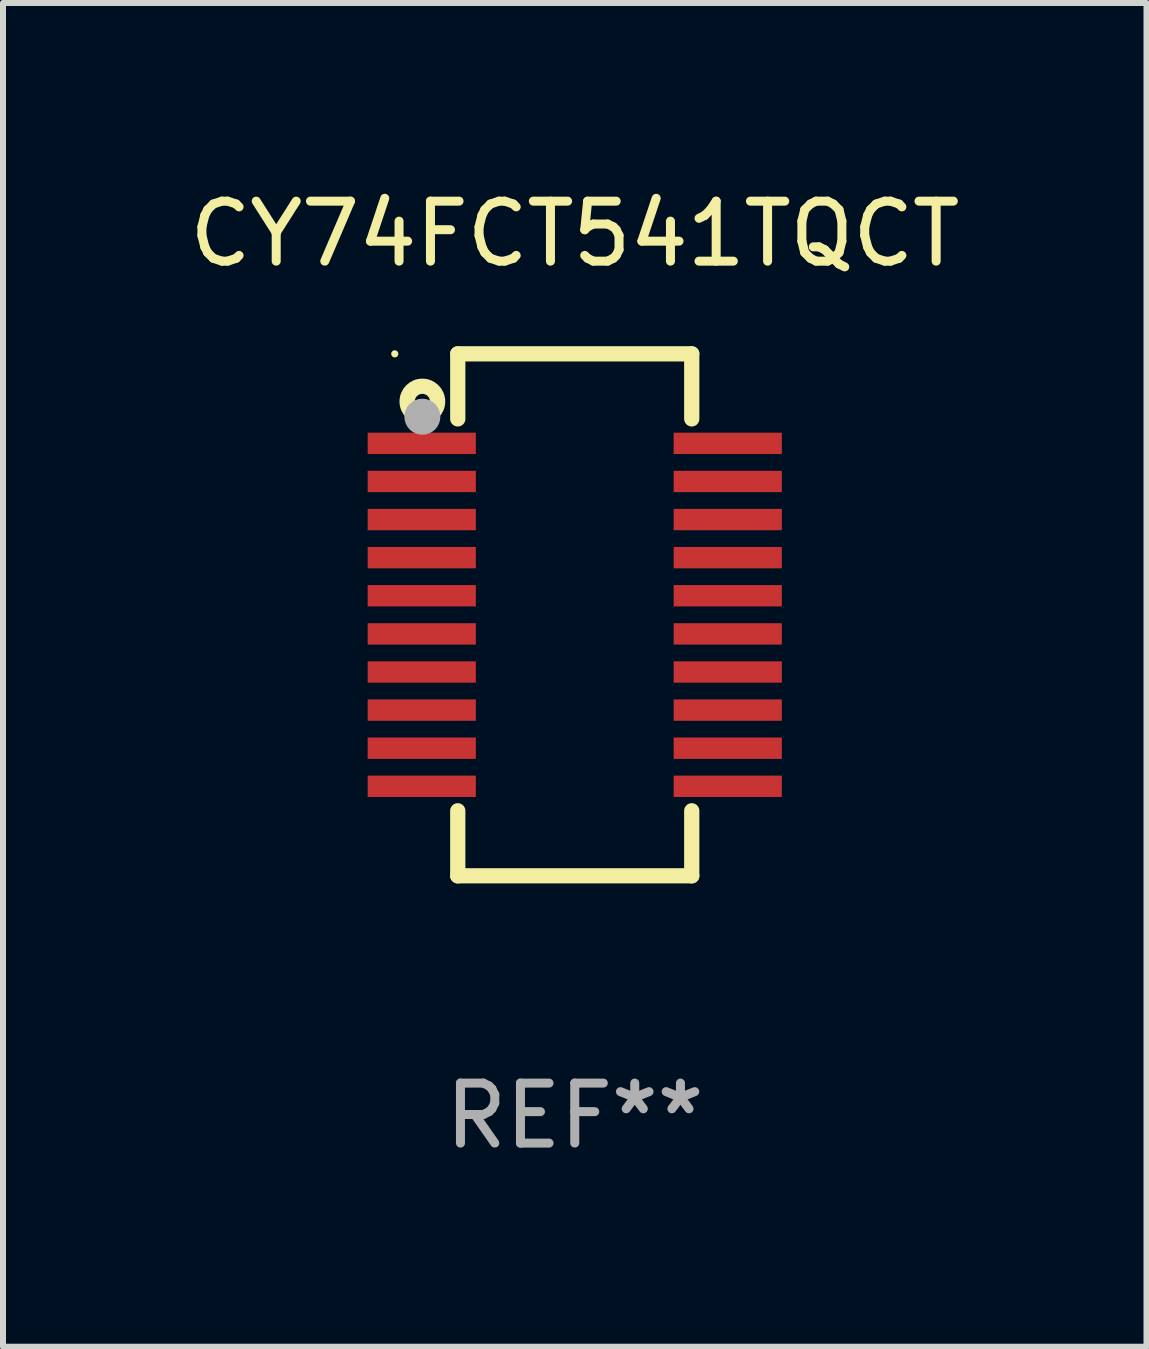
<source format=kicad_pcb>
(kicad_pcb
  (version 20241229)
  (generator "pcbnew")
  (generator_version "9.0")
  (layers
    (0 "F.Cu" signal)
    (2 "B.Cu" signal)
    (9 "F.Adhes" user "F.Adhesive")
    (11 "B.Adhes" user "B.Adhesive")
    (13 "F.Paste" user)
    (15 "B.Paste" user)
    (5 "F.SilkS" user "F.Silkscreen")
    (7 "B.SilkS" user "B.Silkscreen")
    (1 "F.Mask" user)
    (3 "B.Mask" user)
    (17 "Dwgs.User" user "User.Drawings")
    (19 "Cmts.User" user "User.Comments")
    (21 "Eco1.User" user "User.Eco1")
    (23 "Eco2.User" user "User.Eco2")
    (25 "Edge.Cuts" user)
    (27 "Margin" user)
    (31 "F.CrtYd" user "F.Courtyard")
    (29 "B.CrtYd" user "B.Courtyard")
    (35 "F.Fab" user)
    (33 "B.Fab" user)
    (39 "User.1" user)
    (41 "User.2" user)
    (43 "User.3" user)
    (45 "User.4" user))
  (footprint "CY74FCT541TQCT"
    (layer "F.Cu")
    (at 6.53 7.198)
    (property "Reference" "CY74FCT541TQCT" (at 0 -6.35 0) (layer "F.SilkS") (effects (font (size 1 1) (thickness 0.15))))
    (attr through_hole)
    (fp_line (start -1.95 -4.35) (end -1.95 -3.266) (stroke (width 0.254) (type solid)) (layer "F.SilkS"))
    (fp_line (start -1.95 -4.35) (end 1.95 -4.35) (stroke (width 0.254) (type solid)) (layer "F.SilkS"))
    (fp_line (start -1.95 3.266) (end -1.95 4.35) (stroke (width 0.254) (type solid)) (layer "F.SilkS"))
    (fp_line (start -1.95 4.35) (end 1.95 4.35) (stroke (width 0.254) (type solid)) (layer "F.SilkS"))
    (fp_line (start 1.95 -4.35) (end 1.95 -3.266) (stroke (width 0.254) (type solid)) (layer "F.SilkS"))
    (fp_line (start 1.95 3.266) (end 1.95 4.35) (stroke (width 0.254) (type solid)) (layer "F.SilkS"))
    (fp_circle (center -3 -4.35) (end -2.97 -4.35) (stroke (width 0.06) (type solid)) (fill no) (layer "F.SilkS"))
    (fp_circle (center -2.54 -3.556) (end -2.286 -3.556) (stroke (width 0.254) (type solid)) (fill no) (layer "F.SilkS"))
    (fp_circle (center -2.54 -3.302) (end -2.39 -3.302) (stroke (width 0.3) (type solid)) (fill no) (layer "F.Fab"))
    (fp_text user "REF**" (at 0 8.35 0) (layer "F.Fab") (effects (font (size 1 1) (thickness 0.15))))
    (pad "1" smd rect (at -2.55 -2.858) (size 1.803 0.356) (layers "F.Cu" "F.Mask" "F.Paste"))
    (pad "2" smd rect (at -2.55 -2.223) (size 1.803 0.356) (layers "F.Cu" "F.Mask" "F.Paste"))
    (pad "3" smd rect (at -2.55 -1.588) (size 1.803 0.356) (layers "F.Cu" "F.Mask" "F.Paste"))
    (pad "4" smd rect (at -2.55 -0.953) (size 1.803 0.356) (layers "F.Cu" "F.Mask" "F.Paste"))
    (pad "5" smd rect (at -2.55 -0.318) (size 1.803 0.356) (layers "F.Cu" "F.Mask" "F.Paste"))
    (pad "6" smd rect (at -2.55 0.318) (size 1.803 0.356) (layers "F.Cu" "F.Mask" "F.Paste"))
    (pad "7" smd rect (at -2.55 0.953) (size 1.803 0.356) (layers "F.Cu" "F.Mask" "F.Paste"))
    (pad "8" smd rect (at -2.55 1.588) (size 1.803 0.356) (layers "F.Cu" "F.Mask" "F.Paste"))
    (pad "9" smd rect (at -2.55 2.223) (size 1.803 0.356) (layers "F.Cu" "F.Mask" "F.Paste"))
    (pad "10" smd rect (at -2.55 2.858) (size 1.803 0.356) (layers "F.Cu" "F.Mask" "F.Paste"))
    (pad "11" smd rect (at 2.55 2.858) (size 1.803 0.356) (layers "F.Cu" "F.Mask" "F.Paste"))
    (pad "12" smd rect (at 2.55 2.223) (size 1.803 0.356) (layers "F.Cu" "F.Mask" "F.Paste"))
    (pad "13" smd rect (at 2.55 1.588) (size 1.803 0.356) (layers "F.Cu" "F.Mask" "F.Paste"))
    (pad "14" smd rect (at 2.55 0.953) (size 1.803 0.356) (layers "F.Cu" "F.Mask" "F.Paste"))
    (pad "15" smd rect (at 2.55 0.318) (size 1.803 0.356) (layers "F.Cu" "F.Mask" "F.Paste"))
    (pad "16" smd rect (at 2.55 -0.318) (size 1.803 0.356) (layers "F.Cu" "F.Mask" "F.Paste"))
    (pad "17" smd rect (at 2.55 -0.953) (size 1.803 0.356) (layers "F.Cu" "F.Mask" "F.Paste"))
    (pad "18" smd rect (at 2.55 -1.588) (size 1.803 0.356) (layers "F.Cu" "F.Mask" "F.Paste"))
    (pad "19" smd rect (at 2.55 -2.223) (size 1.803 0.356) (layers "F.Cu" "F.Mask" "F.Paste"))
    (pad "20" smd rect (at 2.55 -2.858) (size 1.803 0.356) (layers "F.Cu" "F.Mask" "F.Paste")))
  (gr_rect
    (start -3 -3)
    (end 16.06 19.397)
    (stroke (width 0.1) (type default))
    (fill no)
    (layer "Edge.Cuts")))
</source>
